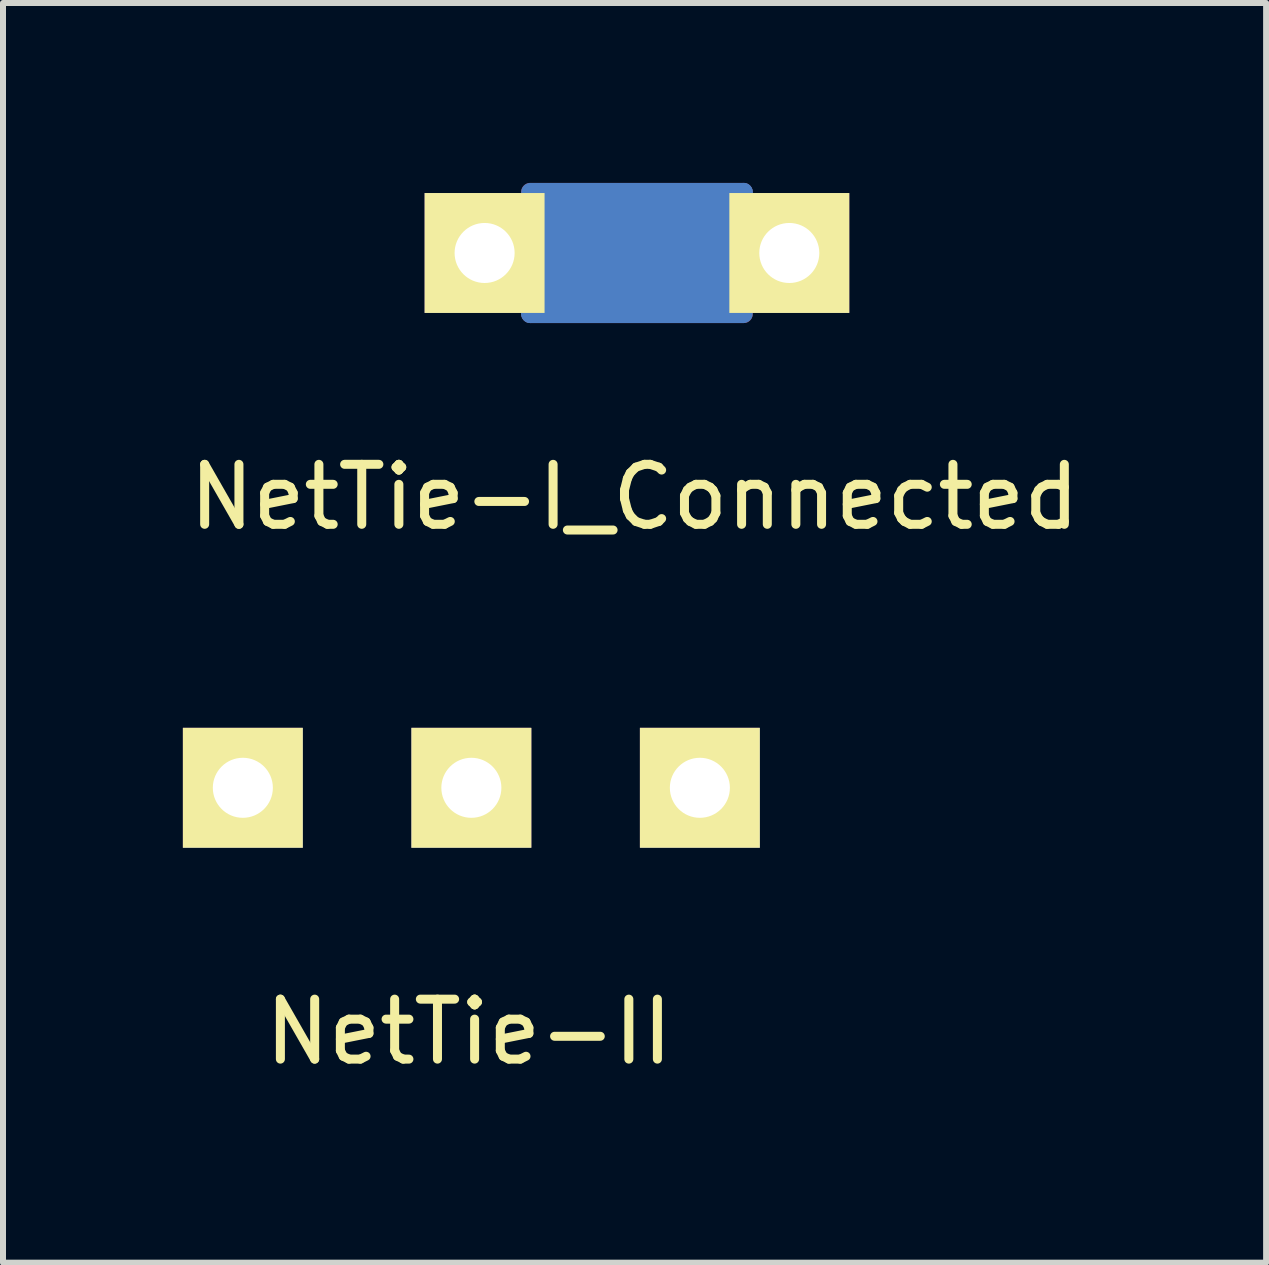
<source format=kicad_pcb>
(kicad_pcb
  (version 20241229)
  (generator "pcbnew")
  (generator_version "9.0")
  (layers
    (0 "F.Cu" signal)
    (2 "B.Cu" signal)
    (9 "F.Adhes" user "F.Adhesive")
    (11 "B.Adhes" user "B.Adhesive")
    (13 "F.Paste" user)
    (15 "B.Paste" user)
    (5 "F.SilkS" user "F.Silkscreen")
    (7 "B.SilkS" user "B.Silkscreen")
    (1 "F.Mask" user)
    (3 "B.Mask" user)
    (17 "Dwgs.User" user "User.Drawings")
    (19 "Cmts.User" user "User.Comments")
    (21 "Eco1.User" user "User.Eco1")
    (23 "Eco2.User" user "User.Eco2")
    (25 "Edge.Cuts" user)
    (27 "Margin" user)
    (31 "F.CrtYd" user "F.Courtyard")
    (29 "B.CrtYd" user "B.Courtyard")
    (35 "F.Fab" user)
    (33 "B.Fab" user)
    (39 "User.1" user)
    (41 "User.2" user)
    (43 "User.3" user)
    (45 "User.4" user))
  (footprint "NetTie-II"
    (layer "F.Cu")
    (at 4.809 10.085)
    (property "Reference" "NetTie-II" (at -0.041 4.069 0) (layer "F.SilkS") (effects (font (size 1 1) (thickness 0.15))))
    (attr through_hole)
    (pad "1" thru_hole rect (at -3.81 0) (size 1.999 1.999) (drill 1.001) (layers "*.Cu" "*.Mask" "F.SilkS"))
    (pad "2" thru_hole rect (at 0 0) (size 1.999 1.999) (drill 1.001) (layers "*.Cu" "*.Mask" "F.SilkS"))
    (pad "3" thru_hole rect (at 3.81 0) (size 1.999 1.999) (drill 1.001) (layers "*.Cu" "*.Mask" "F.SilkS")))
  (footprint "NetTie-I_Connected"
    (layer "F.Cu")
    (at 7.57 1.168)
    (property "Reference" "NetTie-I_Connected" (at -0.041 4.069 0) (layer "F.SilkS") (effects (font (size 1 1) (thickness 0.15))))
    (attr through_hole)
    (fp_line (start -1.778 -0.762) (end 1.778 -0.762) (stroke (width 0.305) (type solid)) (layer "F.Cu"))
    (fp_line (start -1.778 -0.254) (end 1.778 -0.254) (stroke (width 0.305) (type solid)) (layer "F.Cu"))
    (fp_line (start -1.778 0.254) (end 1.778 0.254) (stroke (width 0.305) (type solid)) (layer "F.Cu"))
    (fp_line (start -1.778 0.762) (end 1.778 0.762) (stroke (width 0.305) (type solid)) (layer "F.Cu"))
    (fp_line (start 1.778 -1.016) (end -1.778 -1.016) (stroke (width 0.305) (type solid)) (layer "F.Cu"))
    (fp_line (start 1.778 -0.508) (end -1.778 -0.508) (stroke (width 0.305) (type solid)) (layer "F.Cu"))
    (fp_line (start 1.778 0) (end -1.778 0) (stroke (width 0.305) (type solid)) (layer "F.Cu"))
    (fp_line (start 1.778 0.508) (end -1.778 0.508) (stroke (width 0.305) (type solid)) (layer "F.Cu"))
    (fp_line (start 1.778 1.016) (end -1.778 1.016) (stroke (width 0.305) (type solid)) (layer "F.Cu"))
    (fp_line (start -1.778 -0.762) (end 1.778 -0.762) (stroke (width 0.305) (type solid)) (layer "B.Cu"))
    (fp_line (start -1.778 -0.508) (end -1.778 -0.762) (stroke (width 0.305) (type solid)) (layer "B.Cu"))
    (fp_line (start -1.778 -0.254) (end 1.778 -0.254) (stroke (width 0.305) (type solid)) (layer "B.Cu"))
    (fp_line (start -1.778 0) (end -1.778 -0.254) (stroke (width 0.305) (type solid)) (layer "B.Cu"))
    (fp_line (start -1.778 0.254) (end 1.778 0.254) (stroke (width 0.305) (type solid)) (layer "B.Cu"))
    (fp_line (start -1.778 0.508) (end -1.778 0.254) (stroke (width 0.305) (type solid)) (layer "B.Cu"))
    (fp_line (start -1.778 0.762) (end 1.778 0.762) (stroke (width 0.305) (type solid)) (layer "B.Cu"))
    (fp_line (start -1.778 1.016) (end -1.778 0.762) (stroke (width 0.305) (type solid)) (layer "B.Cu"))
    (fp_line (start 1.778 -1.016) (end -1.778 -1.016) (stroke (width 0.305) (type solid)) (layer "B.Cu"))
    (fp_line (start 1.778 -0.762) (end 1.778 -1.016) (stroke (width 0.305) (type solid)) (layer "B.Cu"))
    (fp_line (start 1.778 -0.508) (end -1.778 -0.508) (stroke (width 0.305) (type solid)) (layer "B.Cu"))
    (fp_line (start 1.778 -0.254) (end 1.778 -0.508) (stroke (width 0.305) (type solid)) (layer "B.Cu"))
    (fp_line (start 1.778 0) (end -1.778 0) (stroke (width 0.305) (type solid)) (layer "B.Cu"))
    (fp_line (start 1.778 0.254) (end 1.778 0) (stroke (width 0.305) (type solid)) (layer "B.Cu"))
    (fp_line (start 1.778 0.508) (end -1.778 0.508) (stroke (width 0.305) (type solid)) (layer "B.Cu"))
    (fp_line (start 1.778 0.762) (end 1.778 0.508) (stroke (width 0.305) (type solid)) (layer "B.Cu"))
    (fp_line (start 1.778 1.016) (end -1.778 1.016) (stroke (width 0.305) (type solid)) (layer "B.Cu"))
    (pad "1" thru_hole rect (at -2.54 0) (size 1.999 1.999) (drill 1.001) (layers "*.Cu" "*.Mask" "F.SilkS"))
    (pad "2" thru_hole rect (at 2.54 0) (size 1.999 1.999) (drill 1.001) (layers "*.Cu" "*.Mask" "F.SilkS")))
  (gr_rect
    (start -3 -3)
    (end 18.06 18.003)
    (stroke (width 0.1) (type default))
    (fill no)
    (layer "Edge.Cuts")))
</source>
